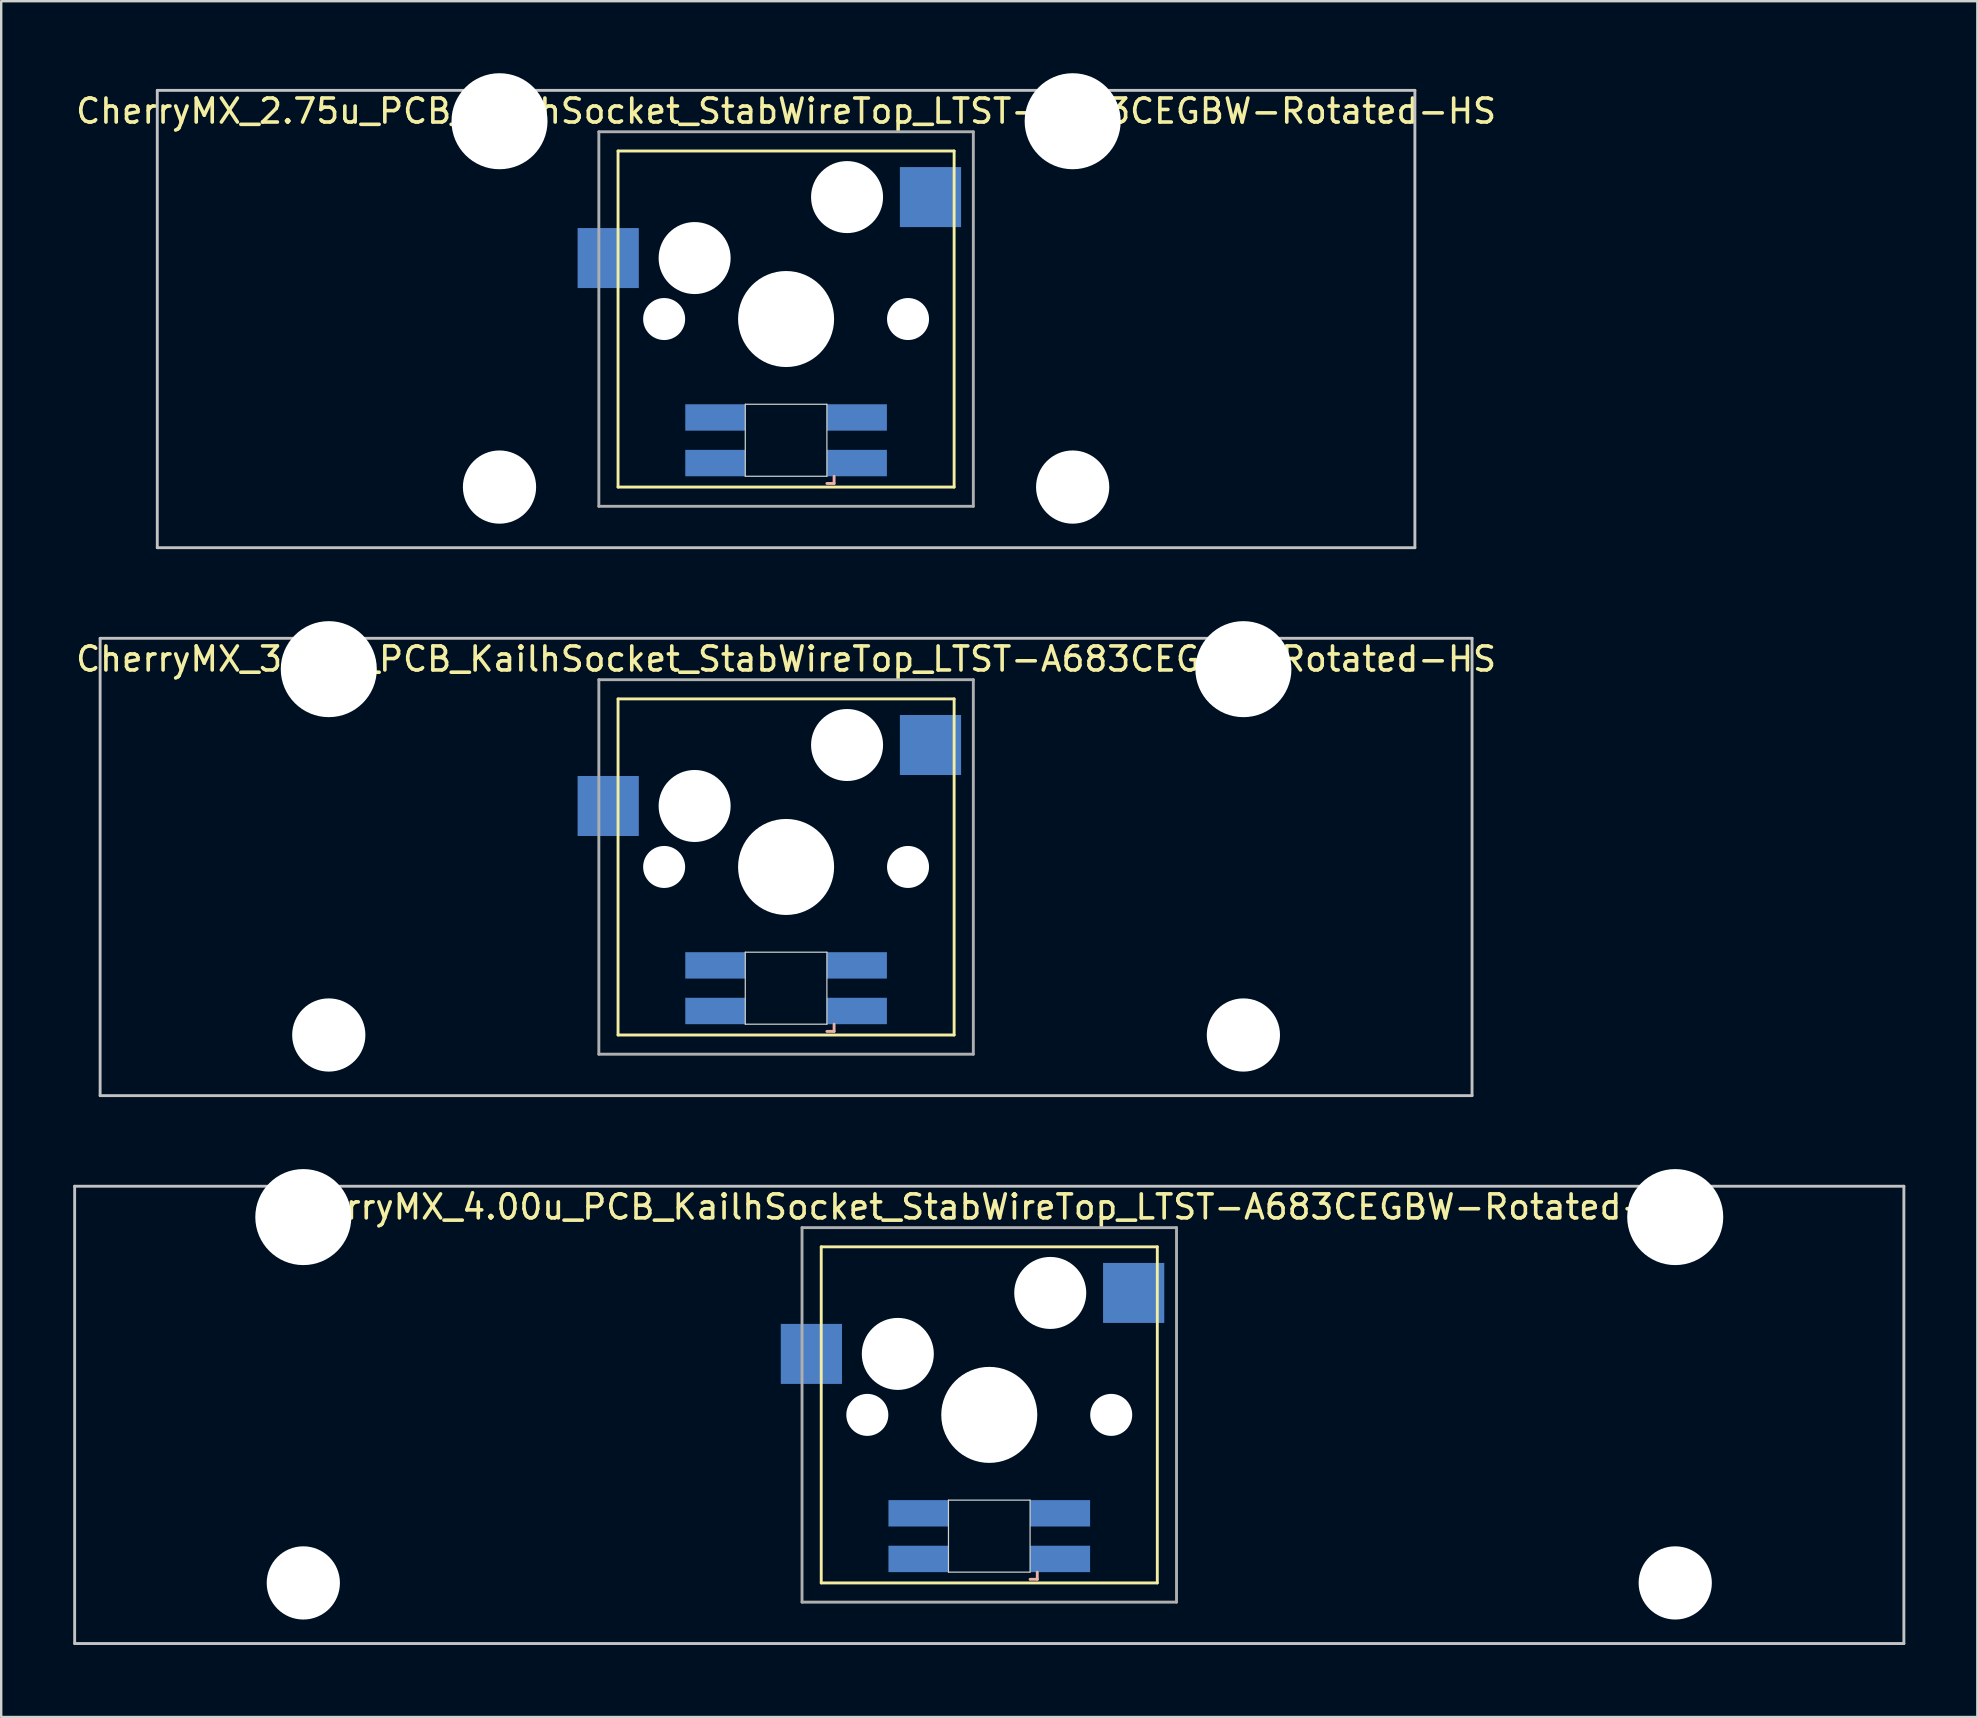
<source format=kicad_pcb>
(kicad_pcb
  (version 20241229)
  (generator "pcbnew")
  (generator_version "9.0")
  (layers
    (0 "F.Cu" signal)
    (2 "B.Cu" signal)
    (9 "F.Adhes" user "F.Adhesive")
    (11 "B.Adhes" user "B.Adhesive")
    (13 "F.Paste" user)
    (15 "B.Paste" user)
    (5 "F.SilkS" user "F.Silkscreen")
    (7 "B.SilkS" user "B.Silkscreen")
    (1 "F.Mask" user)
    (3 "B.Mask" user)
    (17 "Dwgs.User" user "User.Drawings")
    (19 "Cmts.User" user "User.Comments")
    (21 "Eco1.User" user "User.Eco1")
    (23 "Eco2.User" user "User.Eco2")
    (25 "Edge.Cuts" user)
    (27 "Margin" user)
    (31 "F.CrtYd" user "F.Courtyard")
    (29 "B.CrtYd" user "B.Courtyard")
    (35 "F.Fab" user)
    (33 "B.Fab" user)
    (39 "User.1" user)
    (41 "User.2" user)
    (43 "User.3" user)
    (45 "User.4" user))
  (footprint "CherryMX_2.75u_PCB_KailhSocket_StabWireTop_LTST-A683CEGBW-Rotated-HS"
    (layer "F.Cu")
    (at 29.696 10.24)
    (property "Reference" "CherryMX_2.75u_PCB_KailhSocket_StabWireTop_LTST-A683CEGBW-Rotated-HS" (at 0 -8.662 0) (layer "F.SilkS") (effects (font (size 1 1) (thickness 0.15))))
    (attr through_hole)
    (fp_line (start -7 -7) (end -7 7) (stroke (width 0.12) (type solid)) (layer "F.SilkS"))
    (fp_line (start -7 -7) (end 7 -7) (stroke (width 0.12) (type solid)) (layer "F.SilkS"))
    (fp_line (start 7 -7) (end 7 7) (stroke (width 0.12) (type solid)) (layer "F.SilkS"))
    (fp_line (start 7 7) (end -7 7) (stroke (width 0.12) (type solid)) (layer "F.SilkS"))
    (fp_line (start 1.7 6.85) (end 2 6.85) (stroke (width 0.12) (type solid)) (layer "B.SilkS"))
    (fp_line (start 2 6.85) (end 2 6.55) (stroke (width 0.12) (type solid)) (layer "B.SilkS"))
    (fp_line (start -26.194 -9.525) (end 26.194 -9.525) (stroke (width 0.12) (type solid)) (layer "Dwgs.User"))
    (fp_line (start -26.194 9.525) (end -26.194 -9.525) (stroke (width 0.12) (type solid)) (layer "Dwgs.User"))
    (fp_line (start 26.194 -9.525) (end 26.194 9.525) (stroke (width 0.12) (type solid)) (layer "Dwgs.User"))
    (fp_line (start 26.194 9.525) (end -26.194 9.525) (stroke (width 0.12) (type solid)) (layer "Dwgs.User"))
    (fp_line (start -1.7 3.55) (end 1.7 3.55) (stroke (width 0.05) (type solid)) (layer "Edge.Cuts"))
    (fp_line (start -1.7 6.55) (end -1.7 3.55) (stroke (width 0.05) (type solid)) (layer "Edge.Cuts"))
    (fp_line (start 1.7 3.55) (end 1.7 6.55) (stroke (width 0.05) (type solid)) (layer "Edge.Cuts"))
    (fp_line (start 1.7 6.55) (end -1.7 6.55) (stroke (width 0.05) (type solid)) (layer "Edge.Cuts"))
    (fp_line (start -7.8 -7.8) (end -7.8 7.8) (stroke (width 0.12) (type solid)) (layer "F.Fab"))
    (fp_line (start -7.8 -7.8) (end 7.8 -7.8) (stroke (width 0.12) (type solid)) (layer "F.Fab"))
    (fp_line (start -7.8 7.8) (end 7.8 7.8) (stroke (width 0.12) (type solid)) (layer "F.Fab"))
    (fp_line (start 7.8 -7.8) (end 7.8 7.8) (stroke (width 0.12) (type solid)) (layer "F.Fab"))
    (pad "" np_thru_hole circle (at -11.938 -8.24) (size 4 4) (drill 4) (layers "*.Cu" "*.Mask"))
    (pad "" np_thru_hole circle (at -11.938 7) (size 3.05 3.05) (drill 3.05) (layers "*.Cu" "*.Mask"))
    (pad "" np_thru_hole circle (at -5.08 0) (size 1.75 1.75) (drill 1.75) (layers "*.Cu" "*.Mask"))
    (pad "" np_thru_hole circle (at -3.81 -2.54) (size 3 3) (drill 3) (layers "*.Cu" "*.Mask"))
    (pad "" np_thru_hole circle (at 0 0) (size 4 4) (drill 4) (layers "*.Cu" "*.Mask"))
    (pad "" np_thru_hole circle (at 2.54 -5.08) (size 3 3) (drill 3) (layers "*.Cu" "*.Mask"))
    (pad "" np_thru_hole circle (at 5.08 0) (size 1.75 1.75) (drill 1.75) (layers "*.Cu" "*.Mask"))
    (pad "" np_thru_hole circle (at 11.938 -8.24) (size 4 4) (drill 4) (layers "*.Cu" "*.Mask"))
    (pad "" np_thru_hole circle (at 11.938 7) (size 3.05 3.05) (drill 3.05) (layers "*.Cu" "*.Mask"))
    (pad "1" smd rect (at -7.41 -2.54) (size 2.55 2.5) (layers "B.Cu" "B.Mask" "B.Paste"))
    (pad "2" smd rect (at 6.015 -5.08) (size 2.55 2.5) (layers "B.Cu" "B.Mask" "B.Paste"))
    (pad "3" smd rect (at 2.95 6) (size 2.5 1.1) (layers "B.Cu" "B.Mask" "B.Paste"))
    (pad "4" smd rect (at 2.95 4.1) (size 2.5 1.1) (layers "B.Cu" "B.Mask" "B.Paste"))
    (pad "5" smd rect (at -2.95 6) (size 2.5 1.1) (layers "B.Cu" "B.Mask" "B.Paste"))
    (pad "6" smd rect (at -2.95 4.1) (size 2.5 1.1) (layers "B.Cu" "B.Mask" "B.Paste")))
  (footprint "CherryMX_3.00u_PCB_KailhSocket_StabWireTop_LTST-A683CEGBW-Rotated-HS"
    (layer "F.Cu")
    (at 29.696 33.065)
    (property "Reference" "CherryMX_3.00u_PCB_KailhSocket_StabWireTop_LTST-A683CEGBW-Rotated-HS" (at 0 -8.662 0) (layer "F.SilkS") (effects (font (size 1 1) (thickness 0.15))))
    (attr through_hole)
    (fp_line (start -7 -7) (end -7 7) (stroke (width 0.12) (type solid)) (layer "F.SilkS"))
    (fp_line (start -7 -7) (end 7 -7) (stroke (width 0.12) (type solid)) (layer "F.SilkS"))
    (fp_line (start 7 -7) (end 7 7) (stroke (width 0.12) (type solid)) (layer "F.SilkS"))
    (fp_line (start 7 7) (end -7 7) (stroke (width 0.12) (type solid)) (layer "F.SilkS"))
    (fp_line (start 1.7 6.85) (end 2 6.85) (stroke (width 0.12) (type solid)) (layer "B.SilkS"))
    (fp_line (start 2 6.85) (end 2 6.55) (stroke (width 0.12) (type solid)) (layer "B.SilkS"))
    (fp_line (start -28.575 -9.525) (end 28.575 -9.525) (stroke (width 0.12) (type solid)) (layer "Dwgs.User"))
    (fp_line (start -28.575 9.525) (end -28.575 -9.525) (stroke (width 0.12) (type solid)) (layer "Dwgs.User"))
    (fp_line (start 28.575 -9.525) (end 28.575 9.525) (stroke (width 0.12) (type solid)) (layer "Dwgs.User"))
    (fp_line (start 28.575 9.525) (end -28.575 9.525) (stroke (width 0.12) (type solid)) (layer "Dwgs.User"))
    (fp_line (start -1.7 3.55) (end 1.7 3.55) (stroke (width 0.05) (type solid)) (layer "Edge.Cuts"))
    (fp_line (start -1.7 6.55) (end -1.7 3.55) (stroke (width 0.05) (type solid)) (layer "Edge.Cuts"))
    (fp_line (start 1.7 3.55) (end 1.7 6.55) (stroke (width 0.05) (type solid)) (layer "Edge.Cuts"))
    (fp_line (start 1.7 6.55) (end -1.7 6.55) (stroke (width 0.05) (type solid)) (layer "Edge.Cuts"))
    (fp_line (start -7.8 -7.8) (end -7.8 7.8) (stroke (width 0.12) (type solid)) (layer "F.Fab"))
    (fp_line (start -7.8 -7.8) (end 7.8 -7.8) (stroke (width 0.12) (type solid)) (layer "F.Fab"))
    (fp_line (start -7.8 7.8) (end 7.8 7.8) (stroke (width 0.12) (type solid)) (layer "F.Fab"))
    (fp_line (start 7.8 -7.8) (end 7.8 7.8) (stroke (width 0.12) (type solid)) (layer "F.Fab"))
    (pad "" np_thru_hole circle (at -19.05 -8.24) (size 4 4) (drill 4) (layers "*.Cu" "*.Mask"))
    (pad "" np_thru_hole circle (at -19.05 7) (size 3.05 3.05) (drill 3.05) (layers "*.Cu" "*.Mask"))
    (pad "" np_thru_hole circle (at -5.08 0) (size 1.75 1.75) (drill 1.75) (layers "*.Cu" "*.Mask"))
    (pad "" np_thru_hole circle (at -3.81 -2.54) (size 3 3) (drill 3) (layers "*.Cu" "*.Mask"))
    (pad "" np_thru_hole circle (at 0 0) (size 4 4) (drill 4) (layers "*.Cu" "*.Mask"))
    (pad "" np_thru_hole circle (at 2.54 -5.08) (size 3 3) (drill 3) (layers "*.Cu" "*.Mask"))
    (pad "" np_thru_hole circle (at 5.08 0) (size 1.75 1.75) (drill 1.75) (layers "*.Cu" "*.Mask"))
    (pad "" np_thru_hole circle (at 19.05 -8.24) (size 4 4) (drill 4) (layers "*.Cu" "*.Mask"))
    (pad "" np_thru_hole circle (at 19.05 7) (size 3.05 3.05) (drill 3.05) (layers "*.Cu" "*.Mask"))
    (pad "1" smd rect (at -7.41 -2.54) (size 2.55 2.5) (layers "B.Cu" "B.Mask" "B.Paste"))
    (pad "2" smd rect (at 6.015 -5.08) (size 2.55 2.5) (layers "B.Cu" "B.Mask" "B.Paste"))
    (pad "3" smd rect (at 2.95 6) (size 2.5 1.1) (layers "B.Cu" "B.Mask" "B.Paste"))
    (pad "4" smd rect (at 2.95 4.1) (size 2.5 1.1) (layers "B.Cu" "B.Mask" "B.Paste"))
    (pad "5" smd rect (at -2.95 6) (size 2.5 1.1) (layers "B.Cu" "B.Mask" "B.Paste"))
    (pad "6" smd rect (at -2.95 4.1) (size 2.5 1.1) (layers "B.Cu" "B.Mask" "B.Paste")))
  (footprint "CherryMX_4.00u_PCB_KailhSocket_StabWireTop_LTST-A683CEGBW-Rotated-HS"
    (layer "F.Cu")
    (at 38.16 55.89)
    (property "Reference" "CherryMX_4.00u_PCB_KailhSocket_StabWireTop_LTST-A683CEGBW-Rotated-HS" (at 0 -8.662 0) (layer "F.SilkS") (effects (font (size 1 1) (thickness 0.15))))
    (attr through_hole)
    (fp_line (start -7 -7) (end -7 7) (stroke (width 0.12) (type solid)) (layer "F.SilkS"))
    (fp_line (start -7 -7) (end 7 -7) (stroke (width 0.12) (type solid)) (layer "F.SilkS"))
    (fp_line (start 7 -7) (end 7 7) (stroke (width 0.12) (type solid)) (layer "F.SilkS"))
    (fp_line (start 7 7) (end -7 7) (stroke (width 0.12) (type solid)) (layer "F.SilkS"))
    (fp_line (start 1.7 6.85) (end 2 6.85) (stroke (width 0.12) (type solid)) (layer "B.SilkS"))
    (fp_line (start 2 6.85) (end 2 6.55) (stroke (width 0.12) (type solid)) (layer "B.SilkS"))
    (fp_line (start -38.1 -9.525) (end 38.1 -9.525) (stroke (width 0.12) (type solid)) (layer "Dwgs.User"))
    (fp_line (start -38.1 9.525) (end -38.1 -9.525) (stroke (width 0.12) (type solid)) (layer "Dwgs.User"))
    (fp_line (start 38.1 -9.525) (end 38.1 9.525) (stroke (width 0.12) (type solid)) (layer "Dwgs.User"))
    (fp_line (start 38.1 9.525) (end -38.1 9.525) (stroke (width 0.12) (type solid)) (layer "Dwgs.User"))
    (fp_line (start -1.7 3.55) (end 1.7 3.55) (stroke (width 0.05) (type solid)) (layer "Edge.Cuts"))
    (fp_line (start -1.7 6.55) (end -1.7 3.55) (stroke (width 0.05) (type solid)) (layer "Edge.Cuts"))
    (fp_line (start 1.7 3.55) (end 1.7 6.55) (stroke (width 0.05) (type solid)) (layer "Edge.Cuts"))
    (fp_line (start 1.7 6.55) (end -1.7 6.55) (stroke (width 0.05) (type solid)) (layer "Edge.Cuts"))
    (fp_line (start -7.8 -7.8) (end -7.8 7.8) (stroke (width 0.12) (type solid)) (layer "F.Fab"))
    (fp_line (start -7.8 -7.8) (end 7.8 -7.8) (stroke (width 0.12) (type solid)) (layer "F.Fab"))
    (fp_line (start -7.8 7.8) (end 7.8 7.8) (stroke (width 0.12) (type solid)) (layer "F.Fab"))
    (fp_line (start 7.8 -7.8) (end 7.8 7.8) (stroke (width 0.12) (type solid)) (layer "F.Fab"))
    (pad "" np_thru_hole circle (at -28.575 -8.24) (size 4 4) (drill 4) (layers "*.Cu" "*.Mask"))
    (pad "" np_thru_hole circle (at -28.575 7) (size 3.05 3.05) (drill 3.05) (layers "*.Cu" "*.Mask"))
    (pad "" np_thru_hole circle (at -5.08 0) (size 1.75 1.75) (drill 1.75) (layers "*.Cu" "*.Mask"))
    (pad "" np_thru_hole circle (at -3.81 -2.54) (size 3 3) (drill 3) (layers "*.Cu" "*.Mask"))
    (pad "" np_thru_hole circle (at 0 0) (size 4 4) (drill 4) (layers "*.Cu" "*.Mask"))
    (pad "" np_thru_hole circle (at 2.54 -5.08) (size 3 3) (drill 3) (layers "*.Cu" "*.Mask"))
    (pad "" np_thru_hole circle (at 5.08 0) (size 1.75 1.75) (drill 1.75) (layers "*.Cu" "*.Mask"))
    (pad "" np_thru_hole circle (at 28.575 -8.24) (size 4 4) (drill 4) (layers "*.Cu" "*.Mask"))
    (pad "" np_thru_hole circle (at 28.575 7) (size 3.05 3.05) (drill 3.05) (layers "*.Cu" "*.Mask"))
    (pad "1" smd rect (at -7.41 -2.54) (size 2.55 2.5) (layers "B.Cu" "B.Mask" "B.Paste"))
    (pad "2" smd rect (at 6.015 -5.08) (size 2.55 2.5) (layers "B.Cu" "B.Mask" "B.Paste"))
    (pad "3" smd rect (at 2.95 6) (size 2.5 1.1) (layers "B.Cu" "B.Mask" "B.Paste"))
    (pad "4" smd rect (at 2.95 4.1) (size 2.5 1.1) (layers "B.Cu" "B.Mask" "B.Paste"))
    (pad "5" smd rect (at -2.95 6) (size 2.5 1.1) (layers "B.Cu" "B.Mask" "B.Paste"))
    (pad "6" smd rect (at -2.95 4.1) (size 2.5 1.1) (layers "B.Cu" "B.Mask" "B.Paste")))
  (gr_rect
    (start -3 -3)
    (end 79.32 68.475)
    (stroke (width 0.1) (type default))
    (fill no)
    (layer "Edge.Cuts")))
</source>
